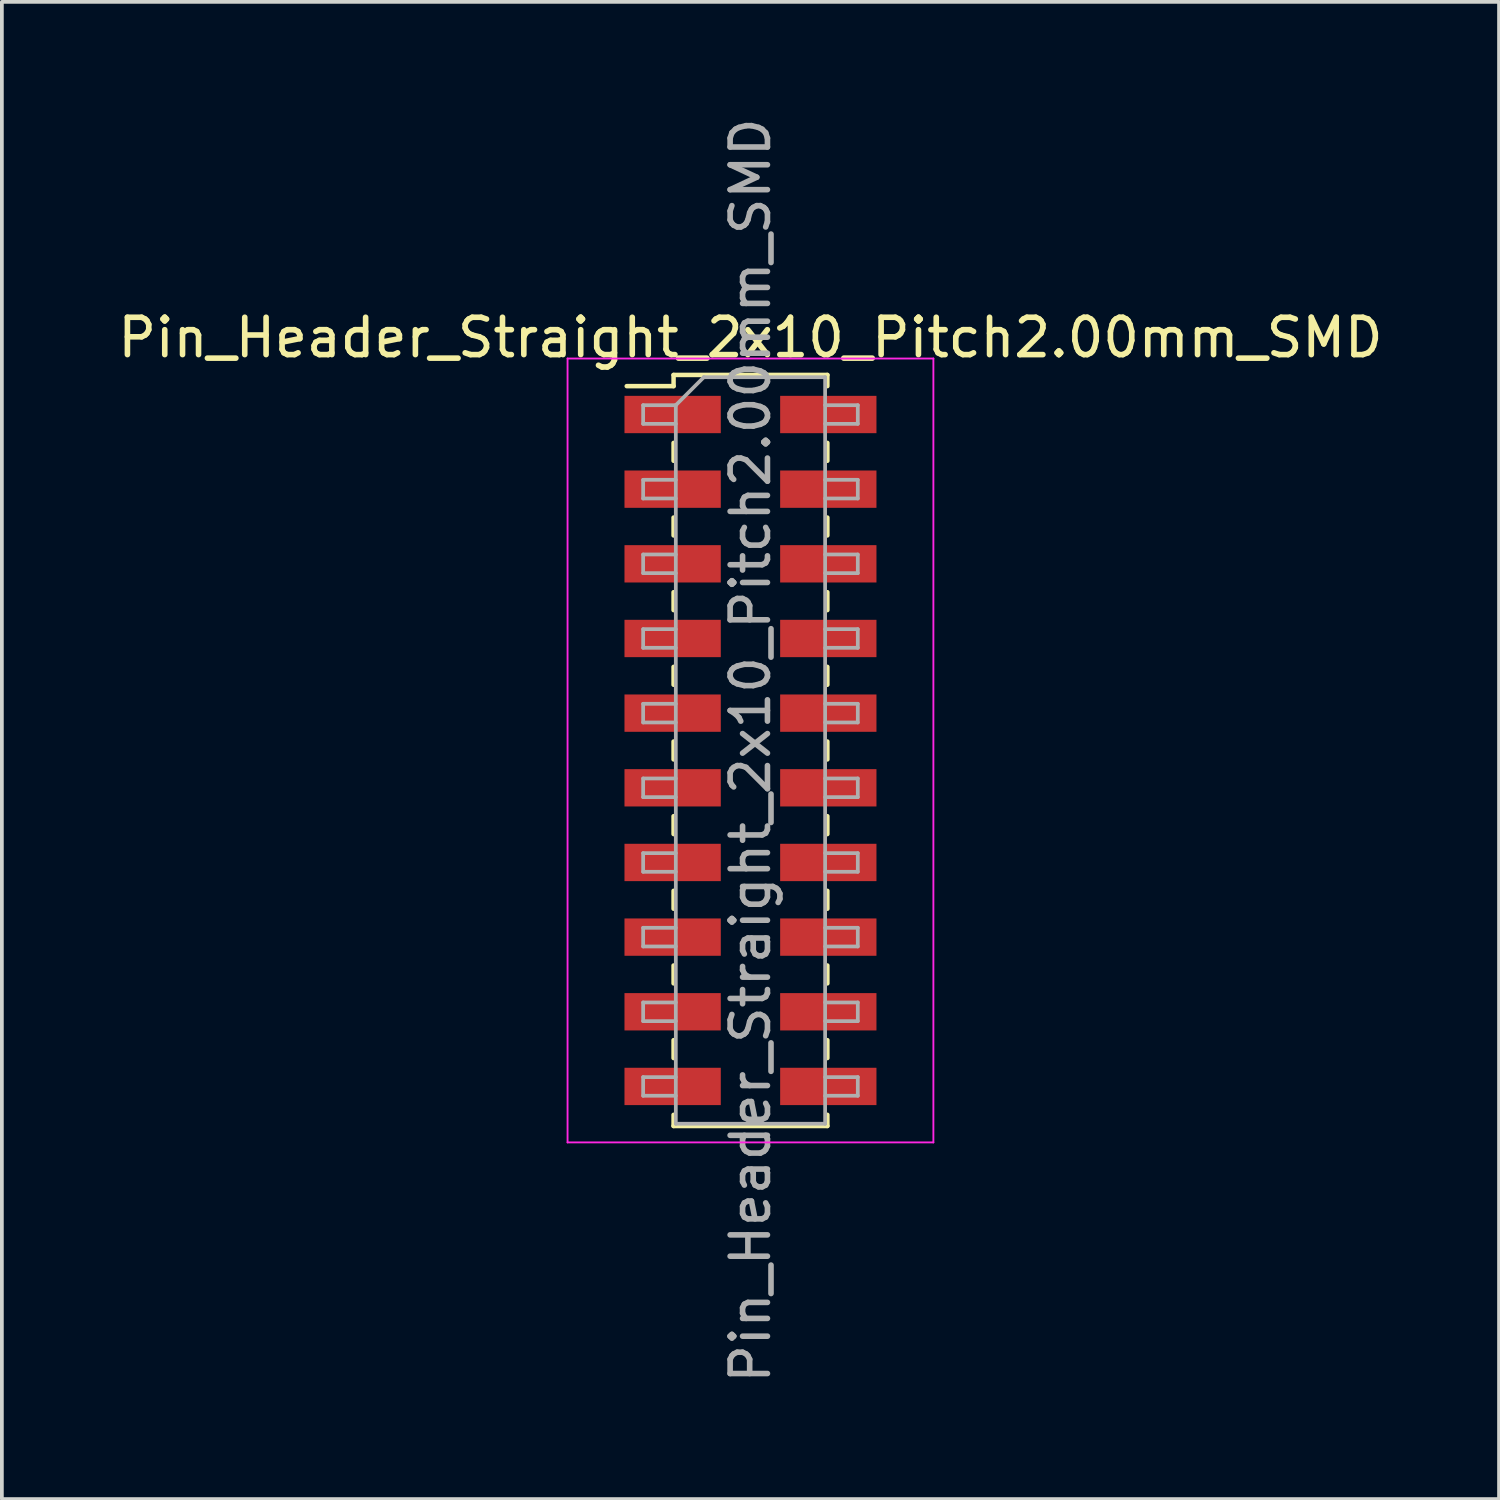
<source format=kicad_pcb>
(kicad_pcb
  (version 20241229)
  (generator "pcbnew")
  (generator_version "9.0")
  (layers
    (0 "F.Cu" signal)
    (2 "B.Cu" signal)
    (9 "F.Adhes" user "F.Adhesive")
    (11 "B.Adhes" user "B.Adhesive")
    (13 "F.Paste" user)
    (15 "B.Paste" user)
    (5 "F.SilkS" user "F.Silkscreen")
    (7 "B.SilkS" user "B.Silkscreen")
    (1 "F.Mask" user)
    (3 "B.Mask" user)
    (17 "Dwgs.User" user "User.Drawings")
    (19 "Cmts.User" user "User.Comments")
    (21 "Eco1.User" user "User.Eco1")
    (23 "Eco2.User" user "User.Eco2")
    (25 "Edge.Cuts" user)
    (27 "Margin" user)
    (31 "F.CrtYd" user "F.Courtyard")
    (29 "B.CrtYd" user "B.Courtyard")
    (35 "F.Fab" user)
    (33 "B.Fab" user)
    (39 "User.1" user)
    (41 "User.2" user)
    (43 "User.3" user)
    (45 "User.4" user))
  (footprint "Pin_Header_Straight_2x10_Pitch2.00mm_SMD"
    (layer "F.Cu")
    (at 17.054 17.054)
    (property "Reference" "Pin_Header_Straight_2x10_Pitch2.00mm_SMD" (at 0 -11.06 0) (layer "F.SilkS") (effects (font (size 1 1) (thickness 0.15))))
    (attr smd)
    (fp_line (start -3.315 -9.76) (end -2.06 -9.76) (stroke (width 0.12) (type solid)) (layer "F.SilkS"))
    (fp_line (start -2.06 -10.06) (end -2.06 -9.76) (stroke (width 0.12) (type solid)) (layer "F.SilkS"))
    (fp_line (start -2.06 -10.06) (end 2.06 -10.06) (stroke (width 0.12) (type solid)) (layer "F.SilkS"))
    (fp_line (start -2.06 -8.24) (end -2.06 -7.76) (stroke (width 0.12) (type solid)) (layer "F.SilkS"))
    (fp_line (start -2.06 -6.24) (end -2.06 -5.76) (stroke (width 0.12) (type solid)) (layer "F.SilkS"))
    (fp_line (start -2.06 -4.24) (end -2.06 -3.76) (stroke (width 0.12) (type solid)) (layer "F.SilkS"))
    (fp_line (start -2.06 -2.24) (end -2.06 -1.76) (stroke (width 0.12) (type solid)) (layer "F.SilkS"))
    (fp_line (start -2.06 -0.24) (end -2.06 0.24) (stroke (width 0.12) (type solid)) (layer "F.SilkS"))
    (fp_line (start -2.06 1.76) (end -2.06 2.24) (stroke (width 0.12) (type solid)) (layer "F.SilkS"))
    (fp_line (start -2.06 3.76) (end -2.06 4.24) (stroke (width 0.12) (type solid)) (layer "F.SilkS"))
    (fp_line (start -2.06 5.76) (end -2.06 6.24) (stroke (width 0.12) (type solid)) (layer "F.SilkS"))
    (fp_line (start -2.06 7.76) (end -2.06 8.24) (stroke (width 0.12) (type solid)) (layer "F.SilkS"))
    (fp_line (start -2.06 9.76) (end -2.06 10.06) (stroke (width 0.12) (type solid)) (layer "F.SilkS"))
    (fp_line (start -2.06 10.06) (end 2.06 10.06) (stroke (width 0.12) (type solid)) (layer "F.SilkS"))
    (fp_line (start 2.06 -10.06) (end 2.06 -9.76) (stroke (width 0.12) (type solid)) (layer "F.SilkS"))
    (fp_line (start 2.06 -8.24) (end 2.06 -7.76) (stroke (width 0.12) (type solid)) (layer "F.SilkS"))
    (fp_line (start 2.06 -6.24) (end 2.06 -5.76) (stroke (width 0.12) (type solid)) (layer "F.SilkS"))
    (fp_line (start 2.06 -4.24) (end 2.06 -3.76) (stroke (width 0.12) (type solid)) (layer "F.SilkS"))
    (fp_line (start 2.06 -2.24) (end 2.06 -1.76) (stroke (width 0.12) (type solid)) (layer "F.SilkS"))
    (fp_line (start 2.06 -0.24) (end 2.06 0.24) (stroke (width 0.12) (type solid)) (layer "F.SilkS"))
    (fp_line (start 2.06 1.76) (end 2.06 2.24) (stroke (width 0.12) (type solid)) (layer "F.SilkS"))
    (fp_line (start 2.06 3.76) (end 2.06 4.24) (stroke (width 0.12) (type solid)) (layer "F.SilkS"))
    (fp_line (start 2.06 5.76) (end 2.06 6.24) (stroke (width 0.12) (type solid)) (layer "F.SilkS"))
    (fp_line (start 2.06 7.76) (end 2.06 8.24) (stroke (width 0.12) (type solid)) (layer "F.SilkS"))
    (fp_line (start 2.06 9.76) (end 2.06 10.06) (stroke (width 0.12) (type solid)) (layer "F.SilkS"))
    (fp_line (start -4.9 -10.5) (end -4.9 10.5) (stroke (width 0.05) (type solid)) (layer "F.CrtYd"))
    (fp_line (start -4.9 10.5) (end 4.9 10.5) (stroke (width 0.05) (type solid)) (layer "F.CrtYd"))
    (fp_line (start 4.9 -10.5) (end -4.9 -10.5) (stroke (width 0.05) (type solid)) (layer "F.CrtYd"))
    (fp_line (start 4.9 10.5) (end 4.9 -10.5) (stroke (width 0.05) (type solid)) (layer "F.CrtYd"))
    (fp_line (start -2.875 -9.25) (end -2.875 -8.75) (stroke (width 0.1) (type solid)) (layer "F.Fab"))
    (fp_line (start -2.875 -8.75) (end -2 -8.75) (stroke (width 0.1) (type solid)) (layer "F.Fab"))
    (fp_line (start -2.875 -7.25) (end -2.875 -6.75) (stroke (width 0.1) (type solid)) (layer "F.Fab"))
    (fp_line (start -2.875 -6.75) (end -2 -6.75) (stroke (width 0.1) (type solid)) (layer "F.Fab"))
    (fp_line (start -2.875 -5.25) (end -2.875 -4.75) (stroke (width 0.1) (type solid)) (layer "F.Fab"))
    (fp_line (start -2.875 -4.75) (end -2 -4.75) (stroke (width 0.1) (type solid)) (layer "F.Fab"))
    (fp_line (start -2.875 -3.25) (end -2.875 -2.75) (stroke (width 0.1) (type solid)) (layer "F.Fab"))
    (fp_line (start -2.875 -2.75) (end -2 -2.75) (stroke (width 0.1) (type solid)) (layer "F.Fab"))
    (fp_line (start -2.875 -1.25) (end -2.875 -0.75) (stroke (width 0.1) (type solid)) (layer "F.Fab"))
    (fp_line (start -2.875 -0.75) (end -2 -0.75) (stroke (width 0.1) (type solid)) (layer "F.Fab"))
    (fp_line (start -2.875 0.75) (end -2.875 1.25) (stroke (width 0.1) (type solid)) (layer "F.Fab"))
    (fp_line (start -2.875 1.25) (end -2 1.25) (stroke (width 0.1) (type solid)) (layer "F.Fab"))
    (fp_line (start -2.875 2.75) (end -2.875 3.25) (stroke (width 0.1) (type solid)) (layer "F.Fab"))
    (fp_line (start -2.875 3.25) (end -2 3.25) (stroke (width 0.1) (type solid)) (layer "F.Fab"))
    (fp_line (start -2.875 4.75) (end -2.875 5.25) (stroke (width 0.1) (type solid)) (layer "F.Fab"))
    (fp_line (start -2.875 5.25) (end -2 5.25) (stroke (width 0.1) (type solid)) (layer "F.Fab"))
    (fp_line (start -2.875 6.75) (end -2.875 7.25) (stroke (width 0.1) (type solid)) (layer "F.Fab"))
    (fp_line (start -2.875 7.25) (end -2 7.25) (stroke (width 0.1) (type solid)) (layer "F.Fab"))
    (fp_line (start -2.875 8.75) (end -2.875 9.25) (stroke (width 0.1) (type solid)) (layer "F.Fab"))
    (fp_line (start -2.875 9.25) (end -2 9.25) (stroke (width 0.1) (type solid)) (layer "F.Fab"))
    (fp_line (start -2 -9.25) (end -2.875 -9.25) (stroke (width 0.1) (type solid)) (layer "F.Fab"))
    (fp_line (start -2 -9.25) (end -1.25 -10) (stroke (width 0.1) (type solid)) (layer "F.Fab"))
    (fp_line (start -2 -7.25) (end -2.875 -7.25) (stroke (width 0.1) (type solid)) (layer "F.Fab"))
    (fp_line (start -2 -5.25) (end -2.875 -5.25) (stroke (width 0.1) (type solid)) (layer "F.Fab"))
    (fp_line (start -2 -3.25) (end -2.875 -3.25) (stroke (width 0.1) (type solid)) (layer "F.Fab"))
    (fp_line (start -2 -1.25) (end -2.875 -1.25) (stroke (width 0.1) (type solid)) (layer "F.Fab"))
    (fp_line (start -2 0.75) (end -2.875 0.75) (stroke (width 0.1) (type solid)) (layer "F.Fab"))
    (fp_line (start -2 2.75) (end -2.875 2.75) (stroke (width 0.1) (type solid)) (layer "F.Fab"))
    (fp_line (start -2 4.75) (end -2.875 4.75) (stroke (width 0.1) (type solid)) (layer "F.Fab"))
    (fp_line (start -2 6.75) (end -2.875 6.75) (stroke (width 0.1) (type solid)) (layer "F.Fab"))
    (fp_line (start -2 8.75) (end -2.875 8.75) (stroke (width 0.1) (type solid)) (layer "F.Fab"))
    (fp_line (start -2 10) (end -2 -9.25) (stroke (width 0.1) (type solid)) (layer "F.Fab"))
    (fp_line (start -1.25 -10) (end 2 -10) (stroke (width 0.1) (type solid)) (layer "F.Fab"))
    (fp_line (start 2 -10) (end 2 10) (stroke (width 0.1) (type solid)) (layer "F.Fab"))
    (fp_line (start 2 -9.25) (end 2.875 -9.25) (stroke (width 0.1) (type solid)) (layer "F.Fab"))
    (fp_line (start 2 -7.25) (end 2.875 -7.25) (stroke (width 0.1) (type solid)) (layer "F.Fab"))
    (fp_line (start 2 -5.25) (end 2.875 -5.25) (stroke (width 0.1) (type solid)) (layer "F.Fab"))
    (fp_line (start 2 -3.25) (end 2.875 -3.25) (stroke (width 0.1) (type solid)) (layer "F.Fab"))
    (fp_line (start 2 -1.25) (end 2.875 -1.25) (stroke (width 0.1) (type solid)) (layer "F.Fab"))
    (fp_line (start 2 0.75) (end 2.875 0.75) (stroke (width 0.1) (type solid)) (layer "F.Fab"))
    (fp_line (start 2 2.75) (end 2.875 2.75) (stroke (width 0.1) (type solid)) (layer "F.Fab"))
    (fp_line (start 2 4.75) (end 2.875 4.75) (stroke (width 0.1) (type solid)) (layer "F.Fab"))
    (fp_line (start 2 6.75) (end 2.875 6.75) (stroke (width 0.1) (type solid)) (layer "F.Fab"))
    (fp_line (start 2 8.75) (end 2.875 8.75) (stroke (width 0.1) (type solid)) (layer "F.Fab"))
    (fp_line (start 2 10) (end -2 10) (stroke (width 0.1) (type solid)) (layer "F.Fab"))
    (fp_line (start 2.875 -9.25) (end 2.875 -8.75) (stroke (width 0.1) (type solid)) (layer "F.Fab"))
    (fp_line (start 2.875 -8.75) (end 2 -8.75) (stroke (width 0.1) (type solid)) (layer "F.Fab"))
    (fp_line (start 2.875 -7.25) (end 2.875 -6.75) (stroke (width 0.1) (type solid)) (layer "F.Fab"))
    (fp_line (start 2.875 -6.75) (end 2 -6.75) (stroke (width 0.1) (type solid)) (layer "F.Fab"))
    (fp_line (start 2.875 -5.25) (end 2.875 -4.75) (stroke (width 0.1) (type solid)) (layer "F.Fab"))
    (fp_line (start 2.875 -4.75) (end 2 -4.75) (stroke (width 0.1) (type solid)) (layer "F.Fab"))
    (fp_line (start 2.875 -3.25) (end 2.875 -2.75) (stroke (width 0.1) (type solid)) (layer "F.Fab"))
    (fp_line (start 2.875 -2.75) (end 2 -2.75) (stroke (width 0.1) (type solid)) (layer "F.Fab"))
    (fp_line (start 2.875 -1.25) (end 2.875 -0.75) (stroke (width 0.1) (type solid)) (layer "F.Fab"))
    (fp_line (start 2.875 -0.75) (end 2 -0.75) (stroke (width 0.1) (type solid)) (layer "F.Fab"))
    (fp_line (start 2.875 0.75) (end 2.875 1.25) (stroke (width 0.1) (type solid)) (layer "F.Fab"))
    (fp_line (start 2.875 1.25) (end 2 1.25) (stroke (width 0.1) (type solid)) (layer "F.Fab"))
    (fp_line (start 2.875 2.75) (end 2.875 3.25) (stroke (width 0.1) (type solid)) (layer "F.Fab"))
    (fp_line (start 2.875 3.25) (end 2 3.25) (stroke (width 0.1) (type solid)) (layer "F.Fab"))
    (fp_line (start 2.875 4.75) (end 2.875 5.25) (stroke (width 0.1) (type solid)) (layer "F.Fab"))
    (fp_line (start 2.875 5.25) (end 2 5.25) (stroke (width 0.1) (type solid)) (layer "F.Fab"))
    (fp_line (start 2.875 6.75) (end 2.875 7.25) (stroke (width 0.1) (type solid)) (layer "F.Fab"))
    (fp_line (start 2.875 7.25) (end 2 7.25) (stroke (width 0.1) (type solid)) (layer "F.Fab"))
    (fp_line (start 2.875 8.75) (end 2.875 9.25) (stroke (width 0.1) (type solid)) (layer "F.Fab"))
    (fp_line (start 2.875 9.25) (end 2 9.25) (stroke (width 0.1) (type solid)) (layer "F.Fab"))
    (fp_text user "${REFERENCE}" (at 0 0 90) (layer "F.Fab") (effects (font (size 1 1) (thickness 0.15))))
    (pad "1" smd rect (at -2.085 -9) (size 2.58 1) (layers "F.Cu" "F.Mask" "F.Paste"))
    (pad "2" smd rect (at 2.085 -9) (size 2.58 1) (layers "F.Cu" "F.Mask" "F.Paste"))
    (pad "3" smd rect (at -2.085 -7) (size 2.58 1) (layers "F.Cu" "F.Mask" "F.Paste"))
    (pad "4" smd rect (at 2.085 -7) (size 2.58 1) (layers "F.Cu" "F.Mask" "F.Paste"))
    (pad "5" smd rect (at -2.085 -5) (size 2.58 1) (layers "F.Cu" "F.Mask" "F.Paste"))
    (pad "6" smd rect (at 2.085 -5) (size 2.58 1) (layers "F.Cu" "F.Mask" "F.Paste"))
    (pad "7" smd rect (at -2.085 -3) (size 2.58 1) (layers "F.Cu" "F.Mask" "F.Paste"))
    (pad "8" smd rect (at 2.085 -3) (size 2.58 1) (layers "F.Cu" "F.Mask" "F.Paste"))
    (pad "9" smd rect (at -2.085 -1) (size 2.58 1) (layers "F.Cu" "F.Mask" "F.Paste"))
    (pad "10" smd rect (at 2.085 -1) (size 2.58 1) (layers "F.Cu" "F.Mask" "F.Paste"))
    (pad "11" smd rect (at -2.085 1) (size 2.58 1) (layers "F.Cu" "F.Mask" "F.Paste"))
    (pad "12" smd rect (at 2.085 1) (size 2.58 1) (layers "F.Cu" "F.Mask" "F.Paste"))
    (pad "13" smd rect (at -2.085 3) (size 2.58 1) (layers "F.Cu" "F.Mask" "F.Paste"))
    (pad "14" smd rect (at 2.085 3) (size 2.58 1) (layers "F.Cu" "F.Mask" "F.Paste"))
    (pad "15" smd rect (at -2.085 5) (size 2.58 1) (layers "F.Cu" "F.Mask" "F.Paste"))
    (pad "16" smd rect (at 2.085 5) (size 2.58 1) (layers "F.Cu" "F.Mask" "F.Paste"))
    (pad "17" smd rect (at -2.085 7) (size 2.58 1) (layers "F.Cu" "F.Mask" "F.Paste"))
    (pad "18" smd rect (at 2.085 7) (size 2.58 1) (layers "F.Cu" "F.Mask" "F.Paste"))
    (pad "19" smd rect (at -2.085 9) (size 2.58 1) (layers "F.Cu" "F.Mask" "F.Paste"))
    (pad "20" smd rect (at 2.085 9) (size 2.58 1) (layers "F.Cu" "F.Mask" "F.Paste")))
  (gr_rect
    (start -3 -3)
    (end 37.107 37.107)
    (stroke (width 0.1) (type default))
    (fill no)
    (layer "Edge.Cuts")))
</source>
